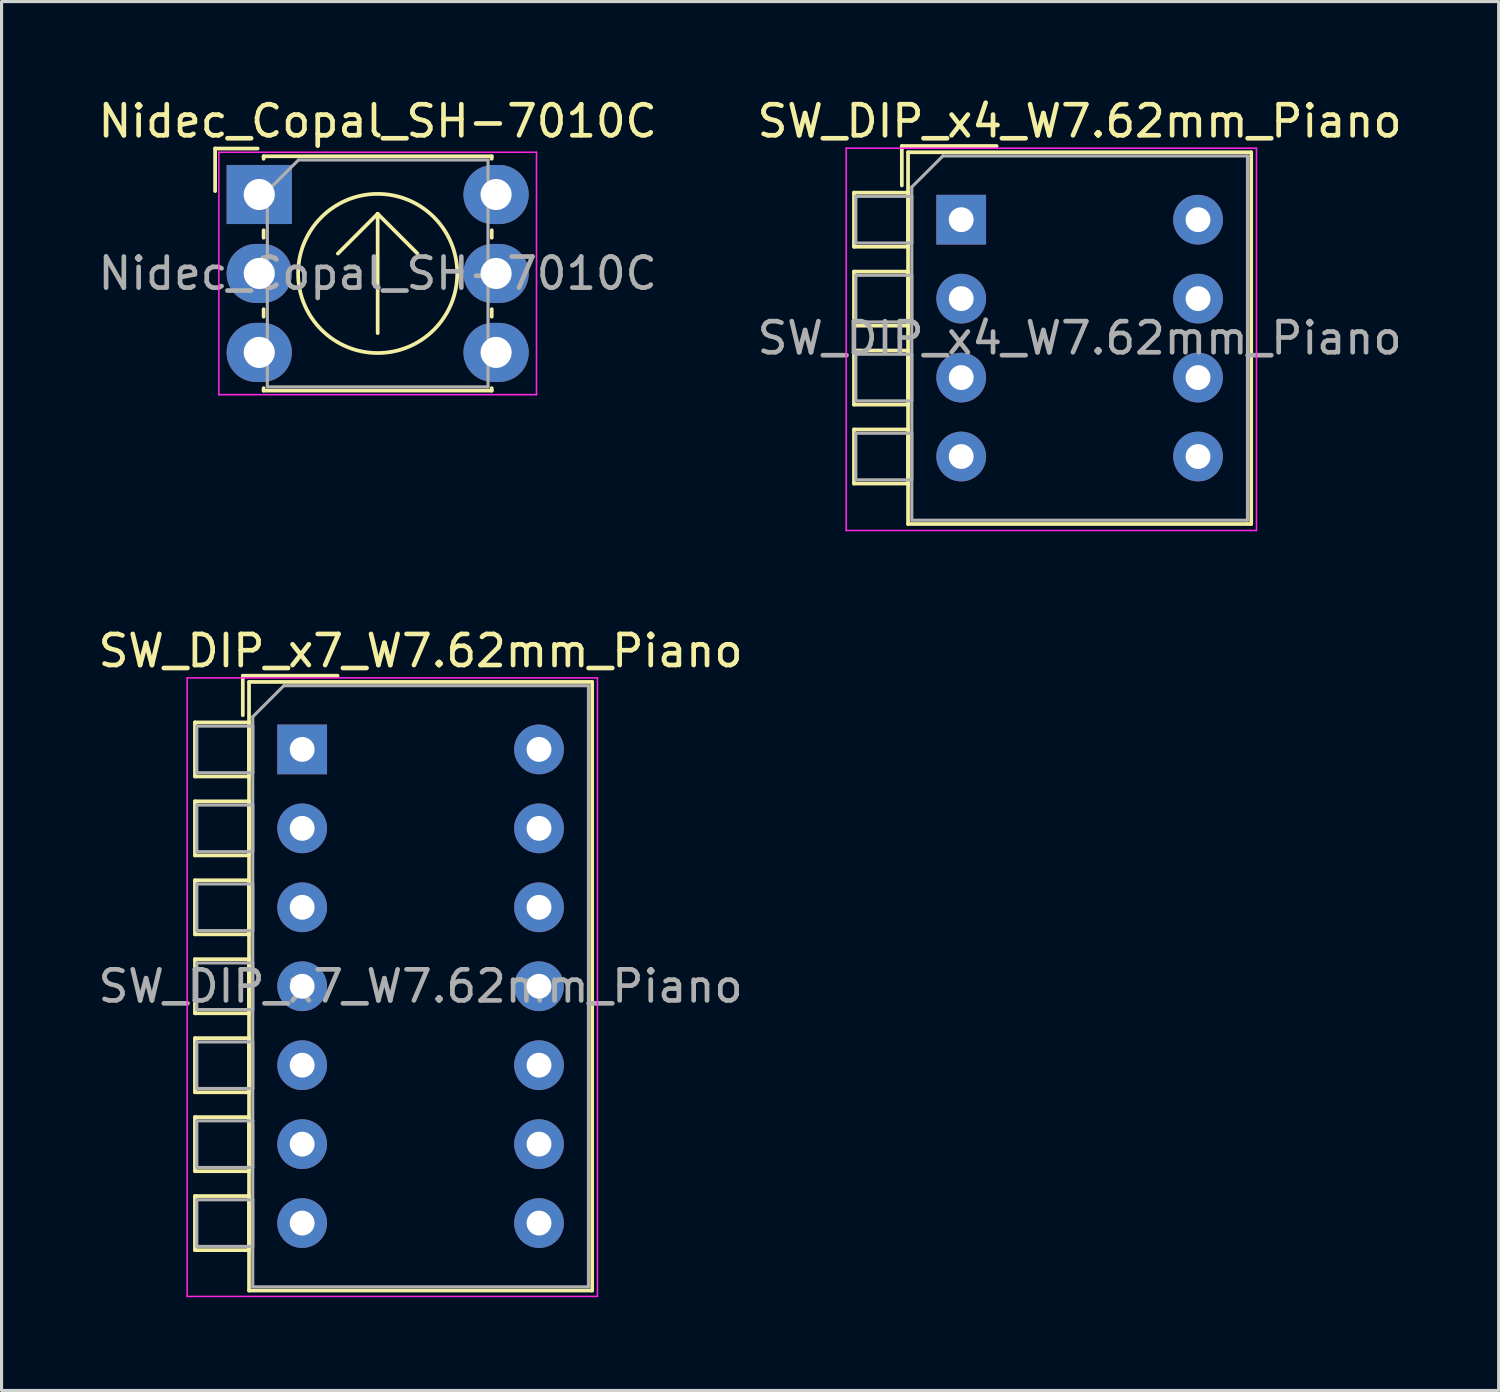
<source format=kicad_pcb>
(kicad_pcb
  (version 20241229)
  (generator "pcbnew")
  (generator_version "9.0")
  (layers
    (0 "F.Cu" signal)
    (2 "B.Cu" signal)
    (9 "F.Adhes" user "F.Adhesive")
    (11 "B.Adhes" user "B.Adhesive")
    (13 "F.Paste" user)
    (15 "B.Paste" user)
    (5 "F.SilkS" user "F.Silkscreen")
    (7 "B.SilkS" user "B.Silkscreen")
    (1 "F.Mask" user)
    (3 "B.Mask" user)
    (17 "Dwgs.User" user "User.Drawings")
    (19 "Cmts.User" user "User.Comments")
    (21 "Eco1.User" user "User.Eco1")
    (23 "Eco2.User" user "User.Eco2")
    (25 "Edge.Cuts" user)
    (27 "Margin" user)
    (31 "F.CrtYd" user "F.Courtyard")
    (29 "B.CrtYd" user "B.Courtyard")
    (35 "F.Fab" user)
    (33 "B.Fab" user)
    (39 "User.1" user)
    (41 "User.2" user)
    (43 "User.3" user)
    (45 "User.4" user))
  (footprint "Nidec_Copal_SH-7010C"
    (layer "F.Cu")
    (at 5.291 3.208)
    (property "Reference" "Nidec_Copal_SH-7010C" (at 3.81 -2.36 0) (layer "F.SilkS") (effects (font (size 1 1) (thickness 0.15))))
    (attr through_hole)
    (fp_line (start -1.42 -1.48) (end -0.05 -1.48) (stroke (width 0.12) (type solid)) (layer "F.SilkS"))
    (fp_line (start -1.42 -0.11) (end -1.42 -1.48) (stroke (width 0.12) (type solid)) (layer "F.SilkS"))
    (fp_line (start 0.14 -1.23) (end 7.48 -1.23) (stroke (width 0.12) (type solid)) (layer "F.SilkS"))
    (fp_line (start 0.14 -1.15) (end 0.14 -1.23) (stroke (width 0.12) (type solid)) (layer "F.SilkS"))
    (fp_line (start 0.14 1.15) (end 0.14 1.39) (stroke (width 0.12) (type solid)) (layer "F.SilkS"))
    (fp_line (start 0.14 3.69) (end 0.14 3.93) (stroke (width 0.12) (type solid)) (layer "F.SilkS"))
    (fp_line (start 0.14 6.23) (end 0.14 6.31) (stroke (width 0.12) (type solid)) (layer "F.SilkS"))
    (fp_line (start 0.14 6.31) (end 7.48 6.31) (stroke (width 0.12) (type solid)) (layer "F.SilkS"))
    (fp_line (start 2.53 1.9) (end 3.81 0.62) (stroke (width 0.12) (type solid)) (layer "F.SilkS"))
    (fp_line (start 3.81 0.62) (end 3.81 4.46) (stroke (width 0.12) (type solid)) (layer "F.SilkS"))
    (fp_line (start 3.81 0.62) (end 5.09 1.9) (stroke (width 0.12) (type solid)) (layer "F.SilkS"))
    (fp_line (start 7.48 -1.23) (end 7.48 -1.15) (stroke (width 0.12) (type solid)) (layer "F.SilkS"))
    (fp_line (start 7.48 1.15) (end 7.48 1.39) (stroke (width 0.12) (type solid)) (layer "F.SilkS"))
    (fp_line (start 7.48 3.69) (end 7.48 3.93) (stroke (width 0.12) (type solid)) (layer "F.SilkS"))
    (fp_line (start 7.48 6.31) (end 7.48 6.23) (stroke (width 0.12) (type solid)) (layer "F.SilkS"))
    (fp_circle (center 3.81 2.54) (end 6.37 2.54) (stroke (width 0.12) (type solid)) (fill no) (layer "F.SilkS"))
    (fp_line (start -1.3 -1.36) (end -1.3 6.44) (stroke (width 0.05) (type solid)) (layer "F.CrtYd"))
    (fp_line (start -1.3 6.44) (end 8.92 6.44) (stroke (width 0.05) (type solid)) (layer "F.CrtYd"))
    (fp_line (start 8.92 -1.36) (end -1.3 -1.36) (stroke (width 0.05) (type solid)) (layer "F.CrtYd"))
    (fp_line (start 8.92 6.44) (end 8.92 -1.36) (stroke (width 0.05) (type solid)) (layer "F.CrtYd"))
    (fp_line (start 0.26 -0.11) (end 1.26 -1.11) (stroke (width 0.1) (type solid)) (layer "F.Fab"))
    (fp_line (start 0.26 6.19) (end 0.26 -0.11) (stroke (width 0.1) (type solid)) (layer "F.Fab"))
    (fp_line (start 1.26 -1.11) (end 7.36 -1.11) (stroke (width 0.1) (type solid)) (layer "F.Fab"))
    (fp_line (start 7.36 -1.11) (end 7.36 6.19) (stroke (width 0.1) (type solid)) (layer "F.Fab"))
    (fp_line (start 7.36 6.19) (end 0.26 6.19) (stroke (width 0.1) (type solid)) (layer "F.Fab"))
    (fp_text user "${REFERENCE}" (at 3.81 2.54 0) (layer "F.Fab") (effects (font (size 1 1) (thickness 0.15))))
    (pad "1" thru_hole rect (at 0 0) (size 2.1 1.9) (drill 1) (layers "*.Cu" "*.Mask"))
    (pad "2" thru_hole oval (at 7.62 5.08) (size 2.1 1.9) (drill 1) (layers "*.Cu" "*.Mask"))
    (pad "4" thru_hole oval (at 0 5.08) (size 2.1 1.9) (drill 1) (layers "*.Cu" "*.Mask"))
    (pad "8" thru_hole oval (at 7.62 0) (size 2.1 1.9) (drill 1) (layers "*.Cu" "*.Mask"))
    (pad "C" thru_hole oval (at 0 2.54) (size 2.1 1.9) (drill 1) (layers "*.Cu" "*.Mask"))
    (pad "C" thru_hole oval (at 7.62 2.54) (size 2.1 1.9) (drill 1) (layers "*.Cu" "*.Mask")))
  (footprint "SW_DIP_x7_W7.62mm_Piano"
    (layer "F.Cu")
    (at 6.672 21.061)
    (property "Reference" "SW_DIP_x7_W7.62mm_Piano" (at 3.81 -3.17 0) (layer "F.SilkS") (effects (font (size 1 1) (thickness 0.15))))
    (attr through_hole)
    (fp_line (start -3.45 -0.87) (end -3.45 0.87) (stroke (width 0.12) (type solid)) (layer "F.SilkS"))
    (fp_line (start -3.45 0.87) (end -1.71 0.87) (stroke (width 0.12) (type solid)) (layer "F.SilkS"))
    (fp_line (start -3.45 1.67) (end -3.45 3.41) (stroke (width 0.12) (type solid)) (layer "F.SilkS"))
    (fp_line (start -3.45 3.41) (end -1.71 3.41) (stroke (width 0.12) (type solid)) (layer "F.SilkS"))
    (fp_line (start -3.45 4.21) (end -3.45 5.95) (stroke (width 0.12) (type solid)) (layer "F.SilkS"))
    (fp_line (start -3.45 5.95) (end -1.71 5.95) (stroke (width 0.12) (type solid)) (layer "F.SilkS"))
    (fp_line (start -3.45 6.75) (end -3.45 8.49) (stroke (width 0.12) (type solid)) (layer "F.SilkS"))
    (fp_line (start -3.45 8.49) (end -1.71 8.49) (stroke (width 0.12) (type solid)) (layer "F.SilkS"))
    (fp_line (start -3.45 9.29) (end -3.45 11.03) (stroke (width 0.12) (type solid)) (layer "F.SilkS"))
    (fp_line (start -3.45 11.03) (end -1.71 11.03) (stroke (width 0.12) (type solid)) (layer "F.SilkS"))
    (fp_line (start -3.45 11.83) (end -3.45 13.57) (stroke (width 0.12) (type solid)) (layer "F.SilkS"))
    (fp_line (start -3.45 13.57) (end -1.71 13.57) (stroke (width 0.12) (type solid)) (layer "F.SilkS"))
    (fp_line (start -3.45 14.37) (end -3.45 16.11) (stroke (width 0.12) (type solid)) (layer "F.SilkS"))
    (fp_line (start -3.45 16.11) (end -1.71 16.11) (stroke (width 0.12) (type solid)) (layer "F.SilkS"))
    (fp_line (start -1.91 -2.37) (end -1.91 -1.1) (stroke (width 0.12) (type solid)) (layer "F.SilkS"))
    (fp_line (start -1.91 -2.37) (end 1.14 -2.37) (stroke (width 0.12) (type solid)) (layer "F.SilkS"))
    (fp_line (start -1.71 -2.17) (end 9.33 -2.17) (stroke (width 0.12) (type solid)) (layer "F.SilkS"))
    (fp_line (start -1.71 -0.87) (end -3.45 -0.87) (stroke (width 0.12) (type solid)) (layer "F.SilkS"))
    (fp_line (start -1.71 0.87) (end -1.71 -0.87) (stroke (width 0.12) (type solid)) (layer "F.SilkS"))
    (fp_line (start -1.71 1.67) (end -3.45 1.67) (stroke (width 0.12) (type solid)) (layer "F.SilkS"))
    (fp_line (start -1.71 3.41) (end -1.71 1.67) (stroke (width 0.12) (type solid)) (layer "F.SilkS"))
    (fp_line (start -1.71 4.21) (end -3.45 4.21) (stroke (width 0.12) (type solid)) (layer "F.SilkS"))
    (fp_line (start -1.71 5.95) (end -1.71 4.21) (stroke (width 0.12) (type solid)) (layer "F.SilkS"))
    (fp_line (start -1.71 6.75) (end -3.45 6.75) (stroke (width 0.12) (type solid)) (layer "F.SilkS"))
    (fp_line (start -1.71 8.49) (end -1.71 6.75) (stroke (width 0.12) (type solid)) (layer "F.SilkS"))
    (fp_line (start -1.71 9.29) (end -3.45 9.29) (stroke (width 0.12) (type solid)) (layer "F.SilkS"))
    (fp_line (start -1.71 11.03) (end -1.71 9.29) (stroke (width 0.12) (type solid)) (layer "F.SilkS"))
    (fp_line (start -1.71 11.83) (end -3.45 11.83) (stroke (width 0.12) (type solid)) (layer "F.SilkS"))
    (fp_line (start -1.71 13.57) (end -1.71 11.83) (stroke (width 0.12) (type solid)) (layer "F.SilkS"))
    (fp_line (start -1.71 14.37) (end -3.45 14.37) (stroke (width 0.12) (type solid)) (layer "F.SilkS"))
    (fp_line (start -1.71 16.11) (end -1.71 14.37) (stroke (width 0.12) (type solid)) (layer "F.SilkS"))
    (fp_line (start -1.71 17.41) (end -1.71 -2.17) (stroke (width 0.12) (type solid)) (layer "F.SilkS"))
    (fp_line (start 9.33 -2.17) (end 9.33 17.41) (stroke (width 0.12) (type solid)) (layer "F.SilkS"))
    (fp_line (start 9.33 17.41) (end -1.71 17.41) (stroke (width 0.12) (type solid)) (layer "F.SilkS"))
    (fp_line (start -3.7 -2.3) (end -3.7 17.6) (stroke (width 0.05) (type solid)) (layer "F.CrtYd"))
    (fp_line (start -3.7 17.6) (end 9.5 17.6) (stroke (width 0.05) (type solid)) (layer "F.CrtYd"))
    (fp_line (start 9.5 -2.3) (end -3.7 -2.3) (stroke (width 0.05) (type solid)) (layer "F.CrtYd"))
    (fp_line (start 9.5 17.6) (end 9.5 -2.3) (stroke (width 0.05) (type solid)) (layer "F.CrtYd"))
    (fp_line (start -3.39 -0.75) (end -1.59 -0.75) (stroke (width 0.1) (type solid)) (layer "F.Fab"))
    (fp_line (start -3.39 0.75) (end -3.39 -0.75) (stroke (width 0.1) (type solid)) (layer "F.Fab"))
    (fp_line (start -3.39 1.79) (end -1.59 1.79) (stroke (width 0.1) (type solid)) (layer "F.Fab"))
    (fp_line (start -3.39 3.29) (end -3.39 1.79) (stroke (width 0.1) (type solid)) (layer "F.Fab"))
    (fp_line (start -3.39 4.33) (end -1.59 4.33) (stroke (width 0.1) (type solid)) (layer "F.Fab"))
    (fp_line (start -3.39 5.83) (end -3.39 4.33) (stroke (width 0.1) (type solid)) (layer "F.Fab"))
    (fp_line (start -3.39 6.87) (end -1.59 6.87) (stroke (width 0.1) (type solid)) (layer "F.Fab"))
    (fp_line (start -3.39 8.37) (end -3.39 6.87) (stroke (width 0.1) (type solid)) (layer "F.Fab"))
    (fp_line (start -3.39 9.41) (end -1.59 9.41) (stroke (width 0.1) (type solid)) (layer "F.Fab"))
    (fp_line (start -3.39 10.91) (end -3.39 9.41) (stroke (width 0.1) (type solid)) (layer "F.Fab"))
    (fp_line (start -3.39 11.95) (end -1.59 11.95) (stroke (width 0.1) (type solid)) (layer "F.Fab"))
    (fp_line (start -3.39 13.45) (end -3.39 11.95) (stroke (width 0.1) (type solid)) (layer "F.Fab"))
    (fp_line (start -3.39 14.49) (end -1.59 14.49) (stroke (width 0.1) (type solid)) (layer "F.Fab"))
    (fp_line (start -3.39 15.99) (end -3.39 14.49) (stroke (width 0.1) (type solid)) (layer "F.Fab"))
    (fp_line (start -1.59 -1.05) (end -0.59 -2.05) (stroke (width 0.1) (type solid)) (layer "F.Fab"))
    (fp_line (start -1.59 -0.75) (end -1.59 0.75) (stroke (width 0.1) (type solid)) (layer "F.Fab"))
    (fp_line (start -1.59 0.75) (end -3.39 0.75) (stroke (width 0.1) (type solid)) (layer "F.Fab"))
    (fp_line (start -1.59 1.79) (end -1.59 3.29) (stroke (width 0.1) (type solid)) (layer "F.Fab"))
    (fp_line (start -1.59 3.29) (end -3.39 3.29) (stroke (width 0.1) (type solid)) (layer "F.Fab"))
    (fp_line (start -1.59 4.33) (end -1.59 5.83) (stroke (width 0.1) (type solid)) (layer "F.Fab"))
    (fp_line (start -1.59 5.83) (end -3.39 5.83) (stroke (width 0.1) (type solid)) (layer "F.Fab"))
    (fp_line (start -1.59 6.87) (end -1.59 8.37) (stroke (width 0.1) (type solid)) (layer "F.Fab"))
    (fp_line (start -1.59 8.37) (end -3.39 8.37) (stroke (width 0.1) (type solid)) (layer "F.Fab"))
    (fp_line (start -1.59 9.41) (end -1.59 10.91) (stroke (width 0.1) (type solid)) (layer "F.Fab"))
    (fp_line (start -1.59 10.91) (end -3.39 10.91) (stroke (width 0.1) (type solid)) (layer "F.Fab"))
    (fp_line (start -1.59 11.95) (end -1.59 13.45) (stroke (width 0.1) (type solid)) (layer "F.Fab"))
    (fp_line (start -1.59 13.45) (end -3.39 13.45) (stroke (width 0.1) (type solid)) (layer "F.Fab"))
    (fp_line (start -1.59 14.49) (end -1.59 15.99) (stroke (width 0.1) (type solid)) (layer "F.Fab"))
    (fp_line (start -1.59 15.99) (end -3.39 15.99) (stroke (width 0.1) (type solid)) (layer "F.Fab"))
    (fp_line (start -1.59 17.29) (end -1.59 -1.05) (stroke (width 0.1) (type solid)) (layer "F.Fab"))
    (fp_line (start -0.59 -2.05) (end 9.21 -2.05) (stroke (width 0.1) (type solid)) (layer "F.Fab"))
    (fp_line (start 9.21 -2.05) (end 9.21 17.29) (stroke (width 0.1) (type solid)) (layer "F.Fab"))
    (fp_line (start 9.21 17.29) (end -1.59 17.29) (stroke (width 0.1) (type solid)) (layer "F.Fab"))
    (fp_text user "${REFERENCE}" (at 3.81 7.62 0) (layer "F.Fab") (effects (font (size 1 1) (thickness 0.15))))
    (pad "1" thru_hole rect (at 0 0) (size 1.6 1.6) (drill 0.8) (layers "*.Cu" "*.Mask"))
    (pad "2" thru_hole oval (at 0 2.54) (size 1.6 1.6) (drill 0.8) (layers "*.Cu" "*.Mask"))
    (pad "3" thru_hole oval (at 0 5.08) (size 1.6 1.6) (drill 0.8) (layers "*.Cu" "*.Mask"))
    (pad "4" thru_hole oval (at 0 7.62) (size 1.6 1.6) (drill 0.8) (layers "*.Cu" "*.Mask"))
    (pad "5" thru_hole oval (at 0 10.16) (size 1.6 1.6) (drill 0.8) (layers "*.Cu" "*.Mask"))
    (pad "6" thru_hole oval (at 0 12.7) (size 1.6 1.6) (drill 0.8) (layers "*.Cu" "*.Mask"))
    (pad "7" thru_hole oval (at 0 15.24) (size 1.6 1.6) (drill 0.8) (layers "*.Cu" "*.Mask"))
    (pad "8" thru_hole oval (at 7.62 15.24) (size 1.6 1.6) (drill 0.8) (layers "*.Cu" "*.Mask"))
    (pad "9" thru_hole oval (at 7.62 12.7) (size 1.6 1.6) (drill 0.8) (layers "*.Cu" "*.Mask"))
    (pad "10" thru_hole oval (at 7.62 10.16) (size 1.6 1.6) (drill 0.8) (layers "*.Cu" "*.Mask"))
    (pad "11" thru_hole oval (at 7.62 7.62) (size 1.6 1.6) (drill 0.8) (layers "*.Cu" "*.Mask"))
    (pad "12" thru_hole oval (at 7.62 5.08) (size 1.6 1.6) (drill 0.8) (layers "*.Cu" "*.Mask"))
    (pad "13" thru_hole oval (at 7.62 2.54) (size 1.6 1.6) (drill 0.8) (layers "*.Cu" "*.Mask"))
    (pad "14" thru_hole oval (at 7.62 0) (size 1.6 1.6) (drill 0.8) (layers "*.Cu" "*.Mask")))
  (footprint "SW_DIP_x4_W7.62mm_Piano"
    (layer "F.Cu")
    (at 27.875 4.018)
    (property "Reference" "SW_DIP_x4_W7.62mm_Piano" (at 3.81 -3.17 0) (layer "F.SilkS") (effects (font (size 1 1) (thickness 0.15))))
    (attr through_hole)
    (fp_line (start -3.45 -0.87) (end -3.45 0.87) (stroke (width 0.12) (type solid)) (layer "F.SilkS"))
    (fp_line (start -3.45 0.87) (end -1.71 0.87) (stroke (width 0.12) (type solid)) (layer "F.SilkS"))
    (fp_line (start -3.45 1.67) (end -3.45 3.41) (stroke (width 0.12) (type solid)) (layer "F.SilkS"))
    (fp_line (start -3.45 3.41) (end -1.71 3.41) (stroke (width 0.12) (type solid)) (layer "F.SilkS"))
    (fp_line (start -3.45 4.21) (end -3.45 5.95) (stroke (width 0.12) (type solid)) (layer "F.SilkS"))
    (fp_line (start -3.45 5.95) (end -1.71 5.95) (stroke (width 0.12) (type solid)) (layer "F.SilkS"))
    (fp_line (start -3.45 6.75) (end -3.45 8.49) (stroke (width 0.12) (type solid)) (layer "F.SilkS"))
    (fp_line (start -3.45 8.49) (end -1.71 8.49) (stroke (width 0.12) (type solid)) (layer "F.SilkS"))
    (fp_line (start -1.91 -2.37) (end -1.91 -1.1) (stroke (width 0.12) (type solid)) (layer "F.SilkS"))
    (fp_line (start -1.91 -2.37) (end 1.14 -2.37) (stroke (width 0.12) (type solid)) (layer "F.SilkS"))
    (fp_line (start -1.71 -2.17) (end 9.33 -2.17) (stroke (width 0.12) (type solid)) (layer "F.SilkS"))
    (fp_line (start -1.71 -0.87) (end -3.45 -0.87) (stroke (width 0.12) (type solid)) (layer "F.SilkS"))
    (fp_line (start -1.71 0.87) (end -1.71 -0.87) (stroke (width 0.12) (type solid)) (layer "F.SilkS"))
    (fp_line (start -1.71 1.67) (end -3.45 1.67) (stroke (width 0.12) (type solid)) (layer "F.SilkS"))
    (fp_line (start -1.71 3.41) (end -1.71 1.67) (stroke (width 0.12) (type solid)) (layer "F.SilkS"))
    (fp_line (start -1.71 4.21) (end -3.45 4.21) (stroke (width 0.12) (type solid)) (layer "F.SilkS"))
    (fp_line (start -1.71 5.95) (end -1.71 4.21) (stroke (width 0.12) (type solid)) (layer "F.SilkS"))
    (fp_line (start -1.71 6.75) (end -3.45 6.75) (stroke (width 0.12) (type solid)) (layer "F.SilkS"))
    (fp_line (start -1.71 8.49) (end -1.71 6.75) (stroke (width 0.12) (type solid)) (layer "F.SilkS"))
    (fp_line (start -1.71 9.79) (end -1.71 -2.17) (stroke (width 0.12) (type solid)) (layer "F.SilkS"))
    (fp_line (start 9.33 -2.17) (end 9.33 9.79) (stroke (width 0.12) (type solid)) (layer "F.SilkS"))
    (fp_line (start 9.33 9.79) (end -1.71 9.79) (stroke (width 0.12) (type solid)) (layer "F.SilkS"))
    (fp_line (start -3.7 -2.3) (end -3.7 10) (stroke (width 0.05) (type solid)) (layer "F.CrtYd"))
    (fp_line (start -3.7 10) (end 9.5 10) (stroke (width 0.05) (type solid)) (layer "F.CrtYd"))
    (fp_line (start 9.5 -2.3) (end -3.7 -2.3) (stroke (width 0.05) (type solid)) (layer "F.CrtYd"))
    (fp_line (start 9.5 10) (end 9.5 -2.3) (stroke (width 0.05) (type solid)) (layer "F.CrtYd"))
    (fp_line (start -3.39 -0.75) (end -1.59 -0.75) (stroke (width 0.1) (type solid)) (layer "F.Fab"))
    (fp_line (start -3.39 0.75) (end -3.39 -0.75) (stroke (width 0.1) (type solid)) (layer "F.Fab"))
    (fp_line (start -3.39 1.79) (end -1.59 1.79) (stroke (width 0.1) (type solid)) (layer "F.Fab"))
    (fp_line (start -3.39 3.29) (end -3.39 1.79) (stroke (width 0.1) (type solid)) (layer "F.Fab"))
    (fp_line (start -3.39 4.33) (end -1.59 4.33) (stroke (width 0.1) (type solid)) (layer "F.Fab"))
    (fp_line (start -3.39 5.83) (end -3.39 4.33) (stroke (width 0.1) (type solid)) (layer "F.Fab"))
    (fp_line (start -3.39 6.87) (end -1.59 6.87) (stroke (width 0.1) (type solid)) (layer "F.Fab"))
    (fp_line (start -3.39 8.37) (end -3.39 6.87) (stroke (width 0.1) (type solid)) (layer "F.Fab"))
    (fp_line (start -1.59 -1.05) (end -0.59 -2.05) (stroke (width 0.1) (type solid)) (layer "F.Fab"))
    (fp_line (start -1.59 -0.75) (end -1.59 0.75) (stroke (width 0.1) (type solid)) (layer "F.Fab"))
    (fp_line (start -1.59 0.75) (end -3.39 0.75) (stroke (width 0.1) (type solid)) (layer "F.Fab"))
    (fp_line (start -1.59 1.79) (end -1.59 3.29) (stroke (width 0.1) (type solid)) (layer "F.Fab"))
    (fp_line (start -1.59 3.29) (end -3.39 3.29) (stroke (width 0.1) (type solid)) (layer "F.Fab"))
    (fp_line (start -1.59 4.33) (end -1.59 5.83) (stroke (width 0.1) (type solid)) (layer "F.Fab"))
    (fp_line (start -1.59 5.83) (end -3.39 5.83) (stroke (width 0.1) (type solid)) (layer "F.Fab"))
    (fp_line (start -1.59 6.87) (end -1.59 8.37) (stroke (width 0.1) (type solid)) (layer "F.Fab"))
    (fp_line (start -1.59 8.37) (end -3.39 8.37) (stroke (width 0.1) (type solid)) (layer "F.Fab"))
    (fp_line (start -1.59 9.67) (end -1.59 -1.05) (stroke (width 0.1) (type solid)) (layer "F.Fab"))
    (fp_line (start -0.59 -2.05) (end 9.21 -2.05) (stroke (width 0.1) (type solid)) (layer "F.Fab"))
    (fp_line (start 9.21 -2.05) (end 9.21 9.67) (stroke (width 0.1) (type solid)) (layer "F.Fab"))
    (fp_line (start 9.21 9.67) (end -1.59 9.67) (stroke (width 0.1) (type solid)) (layer "F.Fab"))
    (fp_text user "${REFERENCE}" (at 3.81 3.81 0) (layer "F.Fab") (effects (font (size 1 1) (thickness 0.15))))
    (pad "1" thru_hole rect (at 0 0) (size 1.6 1.6) (drill 0.8) (layers "*.Cu" "*.Mask"))
    (pad "2" thru_hole oval (at 0 2.54) (size 1.6 1.6) (drill 0.8) (layers "*.Cu" "*.Mask"))
    (pad "3" thru_hole oval (at 0 5.08) (size 1.6 1.6) (drill 0.8) (layers "*.Cu" "*.Mask"))
    (pad "4" thru_hole oval (at 0 7.62) (size 1.6 1.6) (drill 0.8) (layers "*.Cu" "*.Mask"))
    (pad "5" thru_hole oval (at 7.62 7.62) (size 1.6 1.6) (drill 0.8) (layers "*.Cu" "*.Mask"))
    (pad "6" thru_hole oval (at 7.62 5.08) (size 1.6 1.6) (drill 0.8) (layers "*.Cu" "*.Mask"))
    (pad "7" thru_hole oval (at 7.62 2.54) (size 1.6 1.6) (drill 0.8) (layers "*.Cu" "*.Mask"))
    (pad "8" thru_hole oval (at 7.62 0) (size 1.6 1.6) (drill 0.8) (layers "*.Cu" "*.Mask")))
  (gr_rect
    (start -3 -3)
    (end 45.167 41.687)
    (stroke (width 0.1) (type default))
    (fill no)
    (layer "Edge.Cuts")))
</source>
